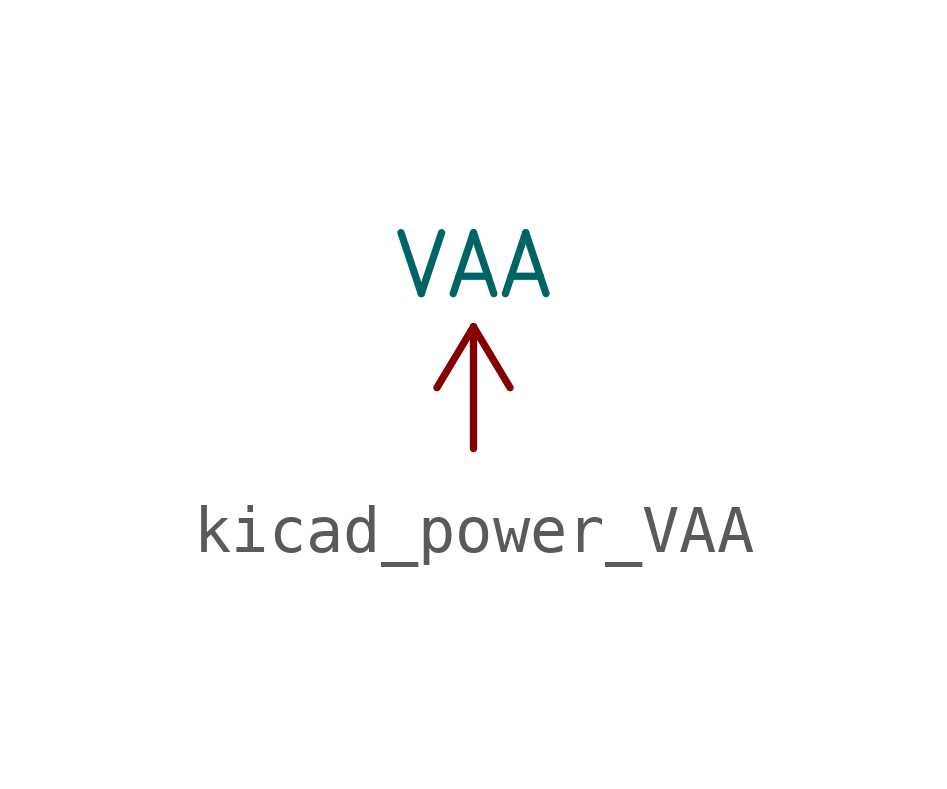
<source format=kicad_sym>
(kicad_symbol_lib
  (version 20220914)
  (generator kicad_symbol_editor)
  (symbol "kicad_power_VAA"
    (power)
    (pin_names
      (offset 0))
    (property "Reference" "#PWR"
      (at 0 -3.81 0)
      (effects (font (size 1.27 1.27)) hide))
    (property "Value" "VAA"
      (at 0 3.81 0)
      (effects (font (size 1.27 1.27))))
    (symbol "kicad_power_VAA_0_1"
      (polyline (pts (xy -0.762 1.27) (xy 0 2.54)) (stroke (width 0) (type default)) (fill (type none)))
      (polyline (pts (xy 0 0) (xy 0 2.54)) (stroke (width 0) (type default)) (fill (type none)))
      (polyline (pts (xy 0 2.54) (xy 0.762 1.27)) (stroke (width 0) (type default)) (fill (type none))))
    (symbol "kicad_power_VAA_1_1"
      (pin power_in line (at 0 0 90) (length 0) hide (name "VAA" (effects (font (size 1.27 1.27)))) (number "1" (effects (font (size 1.27 1.27))))))))
</source>
